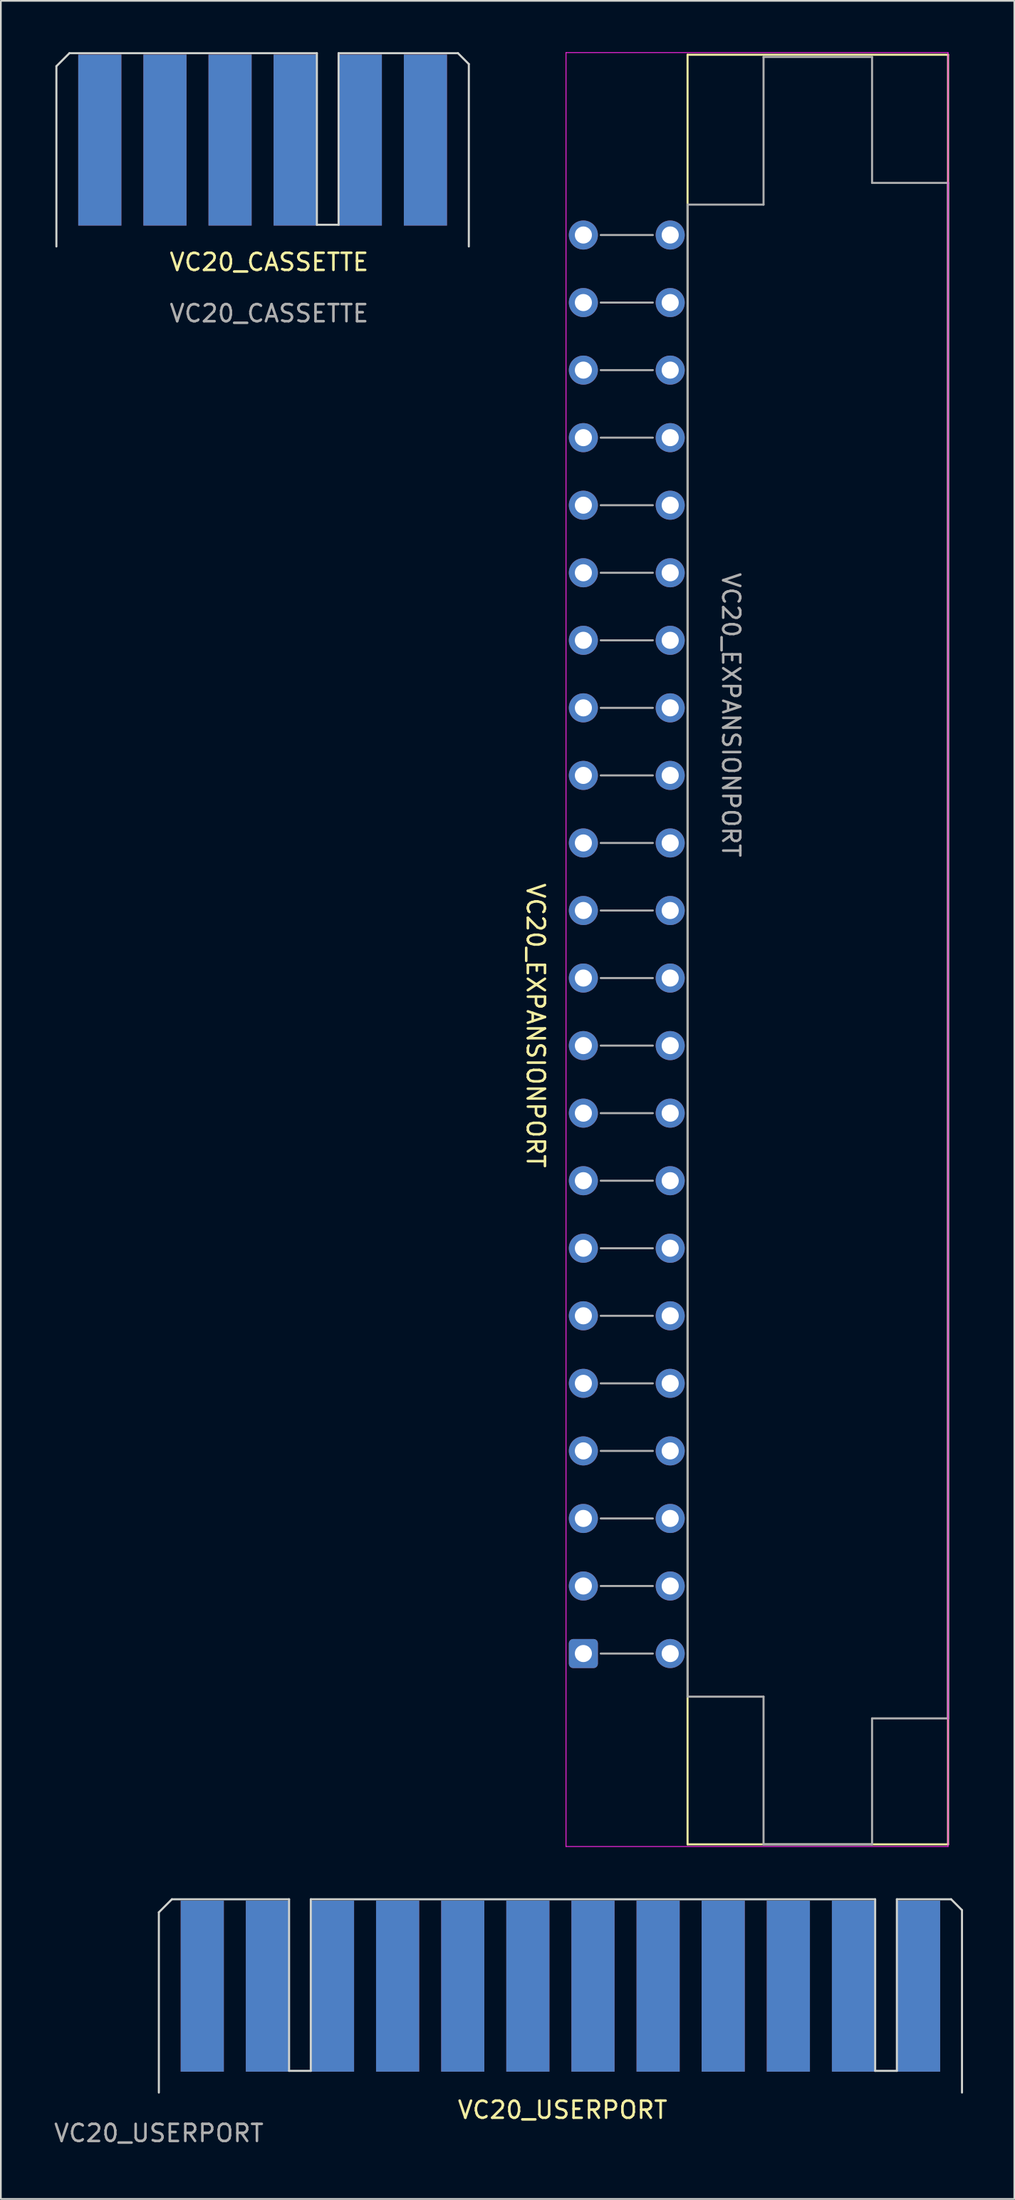
<source format=kicad_pcb>
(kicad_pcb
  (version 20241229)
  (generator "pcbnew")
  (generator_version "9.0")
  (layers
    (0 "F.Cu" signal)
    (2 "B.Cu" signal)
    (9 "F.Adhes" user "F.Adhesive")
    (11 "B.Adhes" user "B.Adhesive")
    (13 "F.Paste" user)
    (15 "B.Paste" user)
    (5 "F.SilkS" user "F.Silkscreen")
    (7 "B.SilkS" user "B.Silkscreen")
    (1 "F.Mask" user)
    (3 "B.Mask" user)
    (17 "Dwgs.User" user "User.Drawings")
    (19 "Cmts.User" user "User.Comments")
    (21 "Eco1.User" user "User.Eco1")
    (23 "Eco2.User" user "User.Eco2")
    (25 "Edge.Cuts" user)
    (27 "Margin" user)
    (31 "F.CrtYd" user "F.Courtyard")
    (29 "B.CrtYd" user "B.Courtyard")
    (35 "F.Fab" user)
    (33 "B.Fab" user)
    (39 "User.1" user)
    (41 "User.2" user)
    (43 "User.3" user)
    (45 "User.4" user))
  (footprint "VC20_EXPANSIONPORT"
    (layer "F.Cu")
    (at 39.718 38.76)
    (property "Reference" "VC20_EXPANSIONPORT" (at -11.43 18.161 270) (unlocked yes) (layer "F.SilkS") (effects (font (size 1 1) (thickness 0.15))))
    (attr through_hole)
    (fp_line (start -2.54 -38.608) (end -2.54 66.04) (stroke (width 0.12) (type solid)) (layer "F.SilkS"))
    (fp_line (start -2.54 66.04) (end 12.7 66.04) (stroke (width 0.12) (type solid)) (layer "F.SilkS"))
    (fp_line (start 12.7 -38.608) (end -2.54 -38.608) (stroke (width 0.12) (type solid)) (layer "F.SilkS"))
    (fp_line (start 12.7 66.04) (end 12.7 -38.608) (stroke (width 0.12) (type solid)) (layer "F.SilkS"))
    (fp_line (start -9.652 -38.735) (end -9.652 66.167) (stroke (width 0.05) (type solid)) (layer "F.CrtYd"))
    (fp_line (start -9.652 66.167) (end 12.7 66.167) (stroke (width 0.05) (type solid)) (layer "F.CrtYd"))
    (fp_line (start 12.7 -38.735) (end -9.652 -38.735) (stroke (width 0.05) (type solid)) (layer "F.CrtYd"))
    (fp_line (start 12.7 66.167) (end 12.7 -38.735) (stroke (width 0.05) (type solid)) (layer "F.CrtYd"))
    (fp_line (start -7.62 -28.067) (end -4.572 -28.067) (stroke (width 0.12) (type solid)) (layer "F.Fab"))
    (fp_line (start -7.62 -24.117) (end -4.572 -24.117) (stroke (width 0.12) (type solid)) (layer "F.Fab"))
    (fp_line (start -7.62 -20.167) (end -4.572 -20.167) (stroke (width 0.12) (type solid)) (layer "F.Fab"))
    (fp_line (start -7.62 -16.217) (end -4.572 -16.217) (stroke (width 0.12) (type solid)) (layer "F.Fab"))
    (fp_line (start -7.62 -12.267) (end -4.572 -12.267) (stroke (width 0.12) (type solid)) (layer "F.Fab"))
    (fp_line (start -7.62 -8.317) (end -4.572 -8.317) (stroke (width 0.12) (type solid)) (layer "F.Fab"))
    (fp_line (start -7.62 -4.367) (end -4.572 -4.367) (stroke (width 0.12) (type solid)) (layer "F.Fab"))
    (fp_line (start -7.62 -0.417) (end -4.572 -0.417) (stroke (width 0.12) (type solid)) (layer "F.Fab"))
    (fp_line (start -7.62 3.533) (end -4.572 3.533) (stroke (width 0.12) (type solid)) (layer "F.Fab"))
    (fp_line (start -7.62 7.483) (end -4.572 7.483) (stroke (width 0.12) (type solid)) (layer "F.Fab"))
    (fp_line (start -7.62 11.433) (end -4.572 11.433) (stroke (width 0.12) (type solid)) (layer "F.Fab"))
    (fp_line (start -7.62 15.383) (end -4.572 15.383) (stroke (width 0.12) (type solid)) (layer "F.Fab"))
    (fp_line (start -7.62 19.333) (end -4.572 19.333) (stroke (width 0.12) (type solid)) (layer "F.Fab"))
    (fp_line (start -7.62 23.283) (end -4.572 23.283) (stroke (width 0.12) (type solid)) (layer "F.Fab"))
    (fp_line (start -7.62 27.233) (end -4.572 27.233) (stroke (width 0.12) (type solid)) (layer "F.Fab"))
    (fp_line (start -7.62 31.183) (end -4.572 31.183) (stroke (width 0.12) (type solid)) (layer "F.Fab"))
    (fp_line (start -7.62 35.133) (end -4.572 35.133) (stroke (width 0.12) (type solid)) (layer "F.Fab"))
    (fp_line (start -7.62 39.083) (end -4.572 39.083) (stroke (width 0.12) (type solid)) (layer "F.Fab"))
    (fp_line (start -7.62 43.033) (end -4.572 43.033) (stroke (width 0.12) (type solid)) (layer "F.Fab"))
    (fp_line (start -7.62 46.983) (end -4.572 46.983) (stroke (width 0.12) (type solid)) (layer "F.Fab"))
    (fp_line (start -7.62 50.933) (end -4.572 50.933) (stroke (width 0.12) (type solid)) (layer "F.Fab"))
    (fp_line (start -7.62 54.883) (end -4.572 54.883) (stroke (width 0.12) (type solid)) (layer "F.Fab"))
    (fp_line (start -2.54 -29.845) (end -2.54 57.404) (stroke (width 0.12) (type solid)) (layer "F.Fab"))
    (fp_line (start 1.905 -38.481) (end 1.905 -29.845) (stroke (width 0.12) (type solid)) (layer "F.Fab"))
    (fp_line (start 1.905 -38.481) (end 8.255 -38.481) (stroke (width 0.12) (type solid)) (layer "F.Fab"))
    (fp_line (start 1.905 -29.845) (end -2.54 -29.845) (stroke (width 0.12) (type solid)) (layer "F.Fab"))
    (fp_line (start 1.905 57.404) (end -2.54 57.404) (stroke (width 0.12) (type solid)) (layer "F.Fab"))
    (fp_line (start 1.905 57.404) (end 1.905 66.04) (stroke (width 0.12) (type solid)) (layer "F.Fab"))
    (fp_line (start 1.905 66.04) (end 8.255 66.04) (stroke (width 0.12) (type solid)) (layer "F.Fab"))
    (fp_line (start 8.255 -31.115) (end 8.255 -38.481) (stroke (width 0.12) (type solid)) (layer "F.Fab"))
    (fp_line (start 8.255 58.674) (end 12.7 58.674) (stroke (width 0.12) (type solid)) (layer "F.Fab"))
    (fp_line (start 8.255 66.04) (end 8.255 58.674) (stroke (width 0.12) (type solid)) (layer "F.Fab"))
    (fp_line (start 12.7 -31.115) (end 8.255 -31.115) (stroke (width 0.12) (type solid)) (layer "F.Fab"))
    (fp_line (start 12.7 58.674) (end 12.7 -31.115) (stroke (width 0.12) (type solid)) (layer "F.Fab"))
    (fp_text user "${REFERENCE}" (at 0 0 270) (unlocked yes) (layer "F.Fab") (effects (font (size 1 1) (thickness 0.15))))
    (pad "1" thru_hole roundrect (at -8.636 54.883) (size 1.7 1.7) (drill 1) (layers "*.Cu" "*.Mask") (roundrect_rratio 0.147))
    (pad "2" thru_hole circle (at -8.636 50.933) (size 1.7 1.7) (drill 1) (layers "*.Cu" "*.Mask"))
    (pad "3" thru_hole circle (at -8.636 46.983) (size 1.7 1.7) (drill 1) (layers "*.Cu" "*.Mask"))
    (pad "4" thru_hole circle (at -8.636 43.033) (size 1.7 1.7) (drill 1) (layers "*.Cu" "*.Mask"))
    (pad "5" thru_hole circle (at -8.636 39.083) (size 1.7 1.7) (drill 1) (layers "*.Cu" "*.Mask"))
    (pad "6" thru_hole circle (at -8.636 35.133) (size 1.7 1.7) (drill 1) (layers "*.Cu" "*.Mask"))
    (pad "7" thru_hole circle (at -8.636 31.183) (size 1.7 1.7) (drill 1) (layers "*.Cu" "*.Mask"))
    (pad "8" thru_hole circle (at -8.636 27.233) (size 1.7 1.7) (drill 1) (layers "*.Cu" "*.Mask"))
    (pad "9" thru_hole circle (at -8.636 23.283) (size 1.7 1.7) (drill 1) (layers "*.Cu" "*.Mask"))
    (pad "10" thru_hole circle (at -8.636 19.333) (size 1.7 1.7) (drill 1) (layers "*.Cu" "*.Mask"))
    (pad "11" thru_hole circle (at -8.636 15.383) (size 1.7 1.7) (drill 1) (layers "*.Cu" "*.Mask"))
    (pad "12" thru_hole circle (at -8.636 11.433) (size 1.7 1.7) (drill 1) (layers "*.Cu" "*.Mask"))
    (pad "13" thru_hole circle (at -8.636 7.483) (size 1.7 1.7) (drill 1) (layers "*.Cu" "*.Mask"))
    (pad "14" thru_hole circle (at -8.636 3.533) (size 1.7 1.7) (drill 1) (layers "*.Cu" "*.Mask"))
    (pad "15" thru_hole circle (at -8.636 -0.417) (size 1.7 1.7) (drill 1) (layers "*.Cu" "*.Mask"))
    (pad "16" thru_hole circle (at -8.636 -4.367) (size 1.7 1.7) (drill 1) (layers "*.Cu" "*.Mask"))
    (pad "17" thru_hole circle (at -8.636 -8.317) (size 1.7 1.7) (drill 1) (layers "*.Cu" "*.Mask"))
    (pad "18" thru_hole circle (at -8.636 -12.267) (size 1.7 1.7) (drill 1) (layers "*.Cu" "*.Mask"))
    (pad "19" thru_hole circle (at -8.636 -16.217) (size 1.7 1.7) (drill 1) (layers "*.Cu" "*.Mask"))
    (pad "20" thru_hole circle (at -8.636 -20.167) (size 1.7 1.7) (drill 1) (layers "*.Cu" "*.Mask"))
    (pad "21" thru_hole circle (at -8.636 -24.117) (size 1.7 1.7) (drill 1) (layers "*.Cu" "*.Mask"))
    (pad "22" thru_hole circle (at -8.636 -28.067) (size 1.7 1.7) (drill 1) (layers "*.Cu" "*.Mask"))
    (pad "A" thru_hole circle (at -3.556 54.883) (size 1.7 1.7) (drill 1) (layers "*.Cu" "*.Mask"))
    (pad "B" thru_hole circle (at -3.556 50.933) (size 1.7 1.7) (drill 1) (layers "*.Cu" "*.Mask"))
    (pad "C" thru_hole circle (at -3.556 46.983) (size 1.7 1.7) (drill 1) (layers "*.Cu" "*.Mask"))
    (pad "D" thru_hole circle (at -3.556 43.033) (size 1.7 1.7) (drill 1) (layers "*.Cu" "*.Mask"))
    (pad "E" thru_hole circle (at -3.556 39.083) (size 1.7 1.7) (drill 1) (layers "*.Cu" "*.Mask"))
    (pad "F" thru_hole circle (at -3.556 35.133) (size 1.7 1.7) (drill 1) (layers "*.Cu" "*.Mask"))
    (pad "H" thru_hole circle (at -3.556 31.183) (size 1.7 1.7) (drill 1) (layers "*.Cu" "*.Mask"))
    (pad "J" thru_hole circle (at -3.556 27.233) (size 1.7 1.7) (drill 1) (layers "*.Cu" "*.Mask"))
    (pad "K" thru_hole circle (at -3.556 23.283) (size 1.7 1.7) (drill 1) (layers "*.Cu" "*.Mask"))
    (pad "L" thru_hole circle (at -3.556 19.333) (size 1.7 1.7) (drill 1) (layers "*.Cu" "*.Mask"))
    (pad "M" thru_hole circle (at -3.556 15.383) (size 1.7 1.7) (drill 1) (layers "*.Cu" "*.Mask"))
    (pad "N" thru_hole circle (at -3.556 11.433) (size 1.7 1.7) (drill 1) (layers "*.Cu" "*.Mask"))
    (pad "P" thru_hole circle (at -3.556 7.483) (size 1.7 1.7) (drill 1) (layers "*.Cu" "*.Mask"))
    (pad "R" thru_hole circle (at -3.556 3.533) (size 1.7 1.7) (drill 1) (layers "*.Cu" "*.Mask"))
    (pad "S" thru_hole circle (at -3.556 -0.417) (size 1.7 1.7) (drill 1) (layers "*.Cu" "*.Mask"))
    (pad "T" thru_hole circle (at -3.556 -4.367) (size 1.7 1.7) (drill 1) (layers "*.Cu" "*.Mask"))
    (pad "U" thru_hole circle (at -3.556 -8.317) (size 1.7 1.7) (drill 1) (layers "*.Cu" "*.Mask"))
    (pad "V" thru_hole circle (at -3.556 -12.267) (size 1.7 1.7) (drill 1) (layers "*.Cu" "*.Mask"))
    (pad "W" thru_hole circle (at -3.556 -16.217) (size 1.7 1.7) (drill 1) (layers "*.Cu" "*.Mask"))
    (pad "X" thru_hole circle (at -3.556 -20.167) (size 1.7 1.7) (drill 1) (layers "*.Cu" "*.Mask"))
    (pad "Y" thru_hole circle (at -3.556 -24.117) (size 1.7 1.7) (drill 1) (layers "*.Cu" "*.Mask"))
    (pad "Z" thru_hole circle (at -3.556 -28.067) (size 1.7 1.7) (drill 1) (layers "*.Cu" "*.Mask")))
  (footprint "VC20_CASSETTE"
    (layer "F.Cu")
    (at 0.25 11.363)
    (property "Reference" "VC20_CASSETTE" (at 12.446 0.913 0) (unlocked yes) (layer "F.SilkS") (effects (font (size 1 1) (thickness 0.15))))
    (fp_line (start 0 -10.541) (end 0 0) (stroke (width 0.12) (type default)) (layer "Edge.Cuts"))
    (fp_line (start 0.762 -11.303) (end 0 -10.541) (stroke (width 0.12) (type default)) (layer "Edge.Cuts"))
    (fp_line (start 15.24 -11.303) (end 0.762 -11.303) (stroke (width 0.12) (type default)) (layer "Edge.Cuts"))
    (fp_line (start 15.24 -11.303) (end 15.24 -1.27) (stroke (width 0.12) (type default)) (layer "Edge.Cuts"))
    (fp_line (start 15.24 -1.27) (end 16.51 -1.27) (stroke (width 0.12) (type default)) (layer "Edge.Cuts"))
    (fp_line (start 16.51 -1.27) (end 16.51 -11.303) (stroke (width 0.12) (type default)) (layer "Edge.Cuts"))
    (fp_line (start 23.495 -11.303) (end 16.51 -11.303) (stroke (width 0.12) (type default)) (layer "Edge.Cuts"))
    (fp_line (start 24.13 -10.668) (end 23.495 -11.303) (stroke (width 0.12) (type default)) (layer "Edge.Cuts"))
    (fp_line (start 24.13 0) (end 24.13 -10.668) (stroke (width 0.12) (type default)) (layer "Edge.Cuts"))
    (fp_text user "${REFERENCE}" (at 12.446 3.913 0) (unlocked yes) (layer "F.Fab") (effects (font (size 1 1) (thickness 0.15))))
    (pad "1" connect rect (at 21.59 -6.223) (size 2.524 10) (layers "F.Cu" "F.Mask"))
    (pad "2" connect rect (at 17.78 -6.223) (size 2.524 10) (layers "F.Cu" "F.Mask"))
    (pad "3" connect rect (at 13.97 -6.223) (size 2.524 10) (layers "F.Cu" "F.Mask"))
    (pad "4" connect rect (at 10.16 -6.223) (size 2.524 10) (layers "F.Cu" "F.Mask"))
    (pad "5" connect rect (at 6.35 -6.223) (size 2.524 10) (layers "F.Cu" "F.Mask"))
    (pad "6" connect rect (at 2.54 -6.223) (size 2.524 10) (layers "F.Cu" "F.Mask"))
    (pad "A" connect rect (at 21.59 -6.223 180) (size 2.524 10) (layers "B.Cu" "B.Mask"))
    (pad "B" connect rect (at 17.78 -6.223 180) (size 2.524 10) (layers "B.Cu" "B.Mask"))
    (pad "C" connect rect (at 13.97 -6.223 180) (size 2.524 10) (layers "B.Cu" "B.Mask"))
    (pad "D" connect rect (at 10.16 -6.223 180) (size 2.524 10) (layers "B.Cu" "B.Mask"))
    (pad "E" connect rect (at 6.35 -6.223 180) (size 2.524 10) (layers "B.Cu" "B.Mask"))
    (pad "F" connect rect (at 2.54 -6.223 180) (size 2.524 10) (layers "B.Cu" "B.Mask")))
  (footprint "VC20_USERPORT"
    (layer "F.Cu")
    (at 6.244 119.315)
    (property "Reference" "VC20_USERPORT" (at 23.622 1.016 0) (unlocked yes) (layer "F.SilkS") (effects (font (size 1 1) (thickness 0.15))))
    (fp_line (start 0 -10.541) (end 0 0) (stroke (width 0.12) (type default)) (layer "Edge.Cuts"))
    (fp_line (start 0.762 -11.303) (end 0 -10.541) (stroke (width 0.12) (type default)) (layer "Edge.Cuts"))
    (fp_line (start 7.62 -11.303) (end 0.762 -11.303) (stroke (width 0.12) (type default)) (layer "Edge.Cuts"))
    (fp_line (start 7.62 -1.27) (end 7.62 -11.303) (stroke (width 0.12) (type default)) (layer "Edge.Cuts"))
    (fp_line (start 8.89 -11.303) (end 8.89 -1.27) (stroke (width 0.12) (type default)) (layer "Edge.Cuts"))
    (fp_line (start 8.89 -1.27) (end 7.62 -1.27) (stroke (width 0.12) (type default)) (layer "Edge.Cuts"))
    (fp_line (start 41.91 -11.303) (end 8.89 -11.303) (stroke (width 0.12) (type default)) (layer "Edge.Cuts"))
    (fp_line (start 41.91 -1.27) (end 41.91 -11.303) (stroke (width 0.12) (type default)) (layer "Edge.Cuts"))
    (fp_line (start 43.18 -11.303) (end 43.18 -1.27) (stroke (width 0.12) (type default)) (layer "Edge.Cuts"))
    (fp_line (start 43.18 -1.27) (end 41.91 -1.27) (stroke (width 0.12) (type default)) (layer "Edge.Cuts"))
    (fp_line (start 46.355 -11.303) (end 43.18 -11.303) (stroke (width 0.12) (type default)) (layer "Edge.Cuts"))
    (fp_line (start 46.99 -10.668) (end 46.355 -11.303) (stroke (width 0.12) (type default)) (layer "Edge.Cuts"))
    (fp_line (start 46.99 0) (end 46.99 -10.668) (stroke (width 0.12) (type default)) (layer "Edge.Cuts"))
    (fp_text user "${REFERENCE}" (at 0 2.373 0) (unlocked yes) (layer "F.Fab") (effects (font (size 1 1) (thickness 0.15))))
    (pad "1" connect rect (at 44.45 -6.223) (size 2.524 10) (layers "F.Cu" "F.Mask"))
    (pad "2" connect rect (at 40.64 -6.223) (size 2.524 10) (layers "F.Cu" "F.Mask"))
    (pad "3" connect rect (at 36.83 -6.223) (size 2.524 10) (layers "F.Cu" "F.Mask"))
    (pad "4" connect rect (at 33.02 -6.223) (size 2.524 10) (layers "F.Cu" "F.Mask"))
    (pad "5" connect rect (at 29.21 -6.223) (size 2.524 10) (layers "F.Cu" "F.Mask"))
    (pad "6" connect rect (at 25.4 -6.223) (size 2.524 10) (layers "F.Cu" "F.Mask"))
    (pad "7" connect rect (at 21.59 -6.223) (size 2.524 10) (layers "F.Cu" "F.Mask"))
    (pad "8" connect rect (at 17.78 -6.223) (size 2.524 10) (layers "F.Cu" "F.Mask"))
    (pad "9" connect rect (at 13.97 -6.223) (size 2.524 10) (layers "F.Cu" "F.Mask"))
    (pad "10" connect rect (at 10.16 -6.223) (size 2.524 10) (layers "F.Cu" "F.Mask"))
    (pad "11" connect rect (at 6.35 -6.223) (size 2.524 10) (layers "F.Cu" "F.Mask"))
    (pad "12" connect rect (at 2.54 -6.223) (size 2.524 10) (layers "F.Cu" "F.Mask"))
    (pad "A" connect rect (at 44.45 -6.223 180) (size 2.524 10) (layers "B.Cu" "B.Mask"))
    (pad "B" connect rect (at 40.64 -6.223 180) (size 2.524 10) (layers "B.Cu" "B.Mask"))
    (pad "C" connect rect (at 36.83 -6.223 180) (size 2.524 10) (layers "B.Cu" "B.Mask"))
    (pad "D" connect rect (at 33.02 -6.223 180) (size 2.524 10) (layers "B.Cu" "B.Mask"))
    (pad "E" connect rect (at 29.21 -6.223 180) (size 2.524 10) (layers "B.Cu" "B.Mask"))
    (pad "F" connect rect (at 25.4 -6.223 180) (size 2.524 10) (layers "B.Cu" "B.Mask"))
    (pad "H" connect rect (at 21.59 -6.223 180) (size 2.524 10) (layers "B.Cu" "B.Mask"))
    (pad "J" connect rect (at 17.78 -6.223 180) (size 2.524 10) (layers "B.Cu" "B.Mask"))
    (pad "K" connect rect (at 13.97 -6.223 180) (size 2.524 10) (layers "B.Cu" "B.Mask"))
    (pad "L" connect rect (at 10.16 -6.223 180) (size 2.524 10) (layers "B.Cu" "B.Mask"))
    (pad "M" connect rect (at 6.35 -6.223 180) (size 2.524 10) (layers "B.Cu" "B.Mask"))
    (pad "N" connect rect (at 2.54 -6.223 180) (size 2.524 10) (layers "B.Cu" "B.Mask")))
  (gr_rect
    (start -3 -3)
    (end 56.294 125.536)
    (stroke (width 0.1) (type default))
    (fill no)
    (layer "Edge.Cuts")))
</source>
